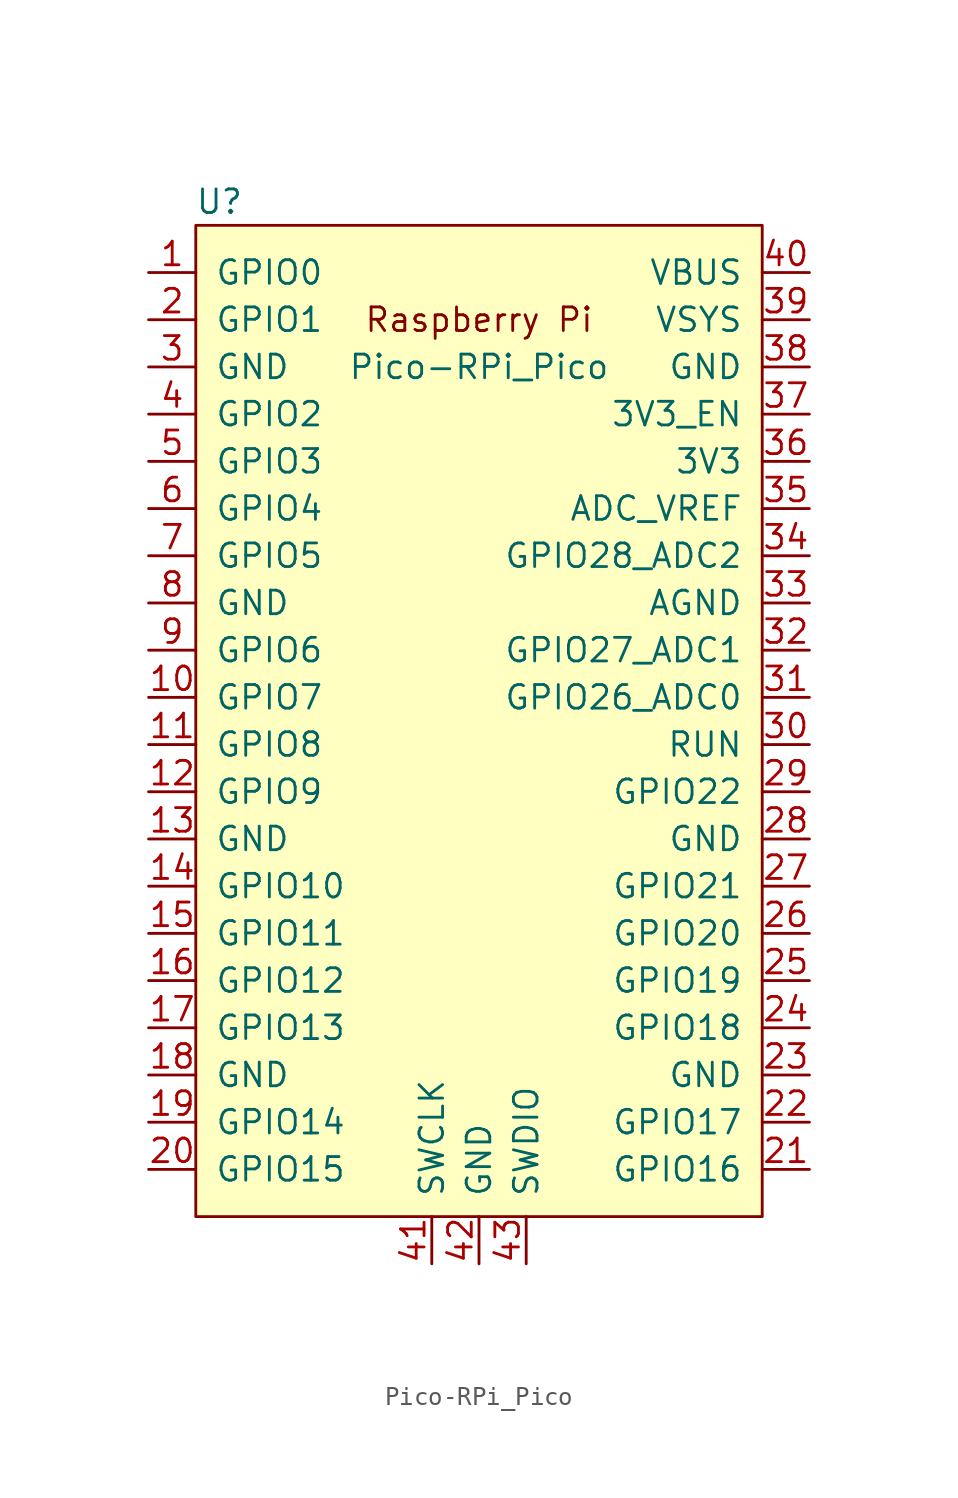
<source format=kicad_sym>
(kicad_symbol_lib
  (version 20220914)
  (generator kicad_symbol_editor)
  (symbol "Pico-RPi_Pico"
    (pin_names
      (offset 1.016))
    (property "Reference" "U"
      (at -13.97 27.94 0)
      (effects (font (size 1.27 1.27))))
    (property "Value" "Pico-RPi_Pico"
      (at 0 19.05 0)
      (effects (font (size 1.27 1.27))))
    (symbol "Pico-RPi_Pico_0_0"
      (text "Raspberry Pi" (at 0 21.59 0) (effects (font (size 1.27 1.27)))))
    (symbol "Pico-RPi_Pico_0_1"
      (rectangle (start -15.24 26.67) (end 15.24 -26.67) (stroke (width 0) (type solid)) (fill (type background))))
    (symbol "Pico-RPi_Pico_1_1"
      (pin bidirectional line (at -17.78 24.13 0) (length 2.54) (name "GPIO0" (effects (font (size 1.27 1.27)))) (number "1" (effects (font (size 1.27 1.27)))))
      (pin bidirectional line (at -17.78 1.27 0) (length 2.54) (name "GPIO7" (effects (font (size 1.27 1.27)))) (number "10" (effects (font (size 1.27 1.27)))))
      (pin bidirectional line (at -17.78 -1.27 0) (length 2.54) (name "GPIO8" (effects (font (size 1.27 1.27)))) (number "11" (effects (font (size 1.27 1.27)))))
      (pin bidirectional line (at -17.78 -3.81 0) (length 2.54) (name "GPIO9" (effects (font (size 1.27 1.27)))) (number "12" (effects (font (size 1.27 1.27)))))
      (pin power_in line (at -17.78 -6.35 0) (length 2.54) (name "GND" (effects (font (size 1.27 1.27)))) (number "13" (effects (font (size 1.27 1.27)))))
      (pin bidirectional line (at -17.78 -8.89 0) (length 2.54) (name "GPIO10" (effects (font (size 1.27 1.27)))) (number "14" (effects (font (size 1.27 1.27)))))
      (pin bidirectional line (at -17.78 -11.43 0) (length 2.54) (name "GPIO11" (effects (font (size 1.27 1.27)))) (number "15" (effects (font (size 1.27 1.27)))))
      (pin bidirectional line (at -17.78 -13.97 0) (length 2.54) (name "GPIO12" (effects (font (size 1.27 1.27)))) (number "16" (effects (font (size 1.27 1.27)))))
      (pin bidirectional line (at -17.78 -16.51 0) (length 2.54) (name "GPIO13" (effects (font (size 1.27 1.27)))) (number "17" (effects (font (size 1.27 1.27)))))
      (pin power_in line (at -17.78 -19.05 0) (length 2.54) (name "GND" (effects (font (size 1.27 1.27)))) (number "18" (effects (font (size 1.27 1.27)))))
      (pin bidirectional line (at -17.78 -21.59 0) (length 2.54) (name "GPIO14" (effects (font (size 1.27 1.27)))) (number "19" (effects (font (size 1.27 1.27)))))
      (pin bidirectional line (at -17.78 21.59 0) (length 2.54) (name "GPIO1" (effects (font (size 1.27 1.27)))) (number "2" (effects (font (size 1.27 1.27)))))
      (pin bidirectional line (at -17.78 -24.13 0) (length 2.54) (name "GPIO15" (effects (font (size 1.27 1.27)))) (number "20" (effects (font (size 1.27 1.27)))))
      (pin bidirectional line (at 17.78 -24.13 180) (length 2.54) (name "GPIO16" (effects (font (size 1.27 1.27)))) (number "21" (effects (font (size 1.27 1.27)))))
      (pin bidirectional line (at 17.78 -21.59 180) (length 2.54) (name "GPIO17" (effects (font (size 1.27 1.27)))) (number "22" (effects (font (size 1.27 1.27)))))
      (pin power_in line (at 17.78 -19.05 180) (length 2.54) (name "GND" (effects (font (size 1.27 1.27)))) (number "23" (effects (font (size 1.27 1.27)))))
      (pin bidirectional line (at 17.78 -16.51 180) (length 2.54) (name "GPIO18" (effects (font (size 1.27 1.27)))) (number "24" (effects (font (size 1.27 1.27)))))
      (pin bidirectional line (at 17.78 -13.97 180) (length 2.54) (name "GPIO19" (effects (font (size 1.27 1.27)))) (number "25" (effects (font (size 1.27 1.27)))))
      (pin bidirectional line (at 17.78 -11.43 180) (length 2.54) (name "GPIO20" (effects (font (size 1.27 1.27)))) (number "26" (effects (font (size 1.27 1.27)))))
      (pin bidirectional line (at 17.78 -8.89 180) (length 2.54) (name "GPIO21" (effects (font (size 1.27 1.27)))) (number "27" (effects (font (size 1.27 1.27)))))
      (pin power_in line (at 17.78 -6.35 180) (length 2.54) (name "GND" (effects (font (size 1.27 1.27)))) (number "28" (effects (font (size 1.27 1.27)))))
      (pin bidirectional line (at 17.78 -3.81 180) (length 2.54) (name "GPIO22" (effects (font (size 1.27 1.27)))) (number "29" (effects (font (size 1.27 1.27)))))
      (pin power_in line (at -17.78 19.05 0) (length 2.54) (name "GND" (effects (font (size 1.27 1.27)))) (number "3" (effects (font (size 1.27 1.27)))))
      (pin input line (at 17.78 -1.27 180) (length 2.54) (name "RUN" (effects (font (size 1.27 1.27)))) (number "30" (effects (font (size 1.27 1.27)))))
      (pin bidirectional line (at 17.78 1.27 180) (length 2.54) (name "GPIO26_ADC0" (effects (font (size 1.27 1.27)))) (number "31" (effects (font (size 1.27 1.27)))))
      (pin bidirectional line (at 17.78 3.81 180) (length 2.54) (name "GPIO27_ADC1" (effects (font (size 1.27 1.27)))) (number "32" (effects (font (size 1.27 1.27)))))
      (pin power_in line (at 17.78 6.35 180) (length 2.54) (name "AGND" (effects (font (size 1.27 1.27)))) (number "33" (effects (font (size 1.27 1.27)))))
      (pin bidirectional line (at 17.78 8.89 180) (length 2.54) (name "GPIO28_ADC2" (effects (font (size 1.27 1.27)))) (number "34" (effects (font (size 1.27 1.27)))))
      (pin unspecified line (at 17.78 11.43 180) (length 2.54) (name "ADC_VREF" (effects (font (size 1.27 1.27)))) (number "35" (effects (font (size 1.27 1.27)))))
      (pin unspecified line (at 17.78 13.97 180) (length 2.54) (name "3V3" (effects (font (size 1.27 1.27)))) (number "36" (effects (font (size 1.27 1.27)))))
      (pin input line (at 17.78 16.51 180) (length 2.54) (name "3V3_EN" (effects (font (size 1.27 1.27)))) (number "37" (effects (font (size 1.27 1.27)))))
      (pin bidirectional line (at 17.78 19.05 180) (length 2.54) (name "GND" (effects (font (size 1.27 1.27)))) (number "38" (effects (font (size 1.27 1.27)))))
      (pin unspecified line (at 17.78 21.59 180) (length 2.54) (name "VSYS" (effects (font (size 1.27 1.27)))) (number "39" (effects (font (size 1.27 1.27)))))
      (pin bidirectional line (at -17.78 16.51 0) (length 2.54) (name "GPIO2" (effects (font (size 1.27 1.27)))) (number "4" (effects (font (size 1.27 1.27)))))
      (pin unspecified line (at 17.78 24.13 180) (length 2.54) (name "VBUS" (effects (font (size 1.27 1.27)))) (number "40" (effects (font (size 1.27 1.27)))))
      (pin input line (at -2.54 -29.21 90) (length 2.54) (name "SWCLK" (effects (font (size 1.27 1.27)))) (number "41" (effects (font (size 1.27 1.27)))))
      (pin power_in line (at 0 -29.21 90) (length 2.54) (name "GND" (effects (font (size 1.27 1.27)))) (number "42" (effects (font (size 1.27 1.27)))))
      (pin bidirectional line (at 2.54 -29.21 90) (length 2.54) (name "SWDIO" (effects (font (size 1.27 1.27)))) (number "43" (effects (font (size 1.27 1.27)))))
      (pin bidirectional line (at -17.78 13.97 0) (length 2.54) (name "GPIO3" (effects (font (size 1.27 1.27)))) (number "5" (effects (font (size 1.27 1.27)))))
      (pin bidirectional line (at -17.78 11.43 0) (length 2.54) (name "GPIO4" (effects (font (size 1.27 1.27)))) (number "6" (effects (font (size 1.27 1.27)))))
      (pin bidirectional line (at -17.78 8.89 0) (length 2.54) (name "GPIO5" (effects (font (size 1.27 1.27)))) (number "7" (effects (font (size 1.27 1.27)))))
      (pin power_in line (at -17.78 6.35 0) (length 2.54) (name "GND" (effects (font (size 1.27 1.27)))) (number "8" (effects (font (size 1.27 1.27)))))
      (pin bidirectional line (at -17.78 3.81 0) (length 2.54) (name "GPIO6" (effects (font (size 1.27 1.27)))) (number "9" (effects (font (size 1.27 1.27))))))))
</source>
